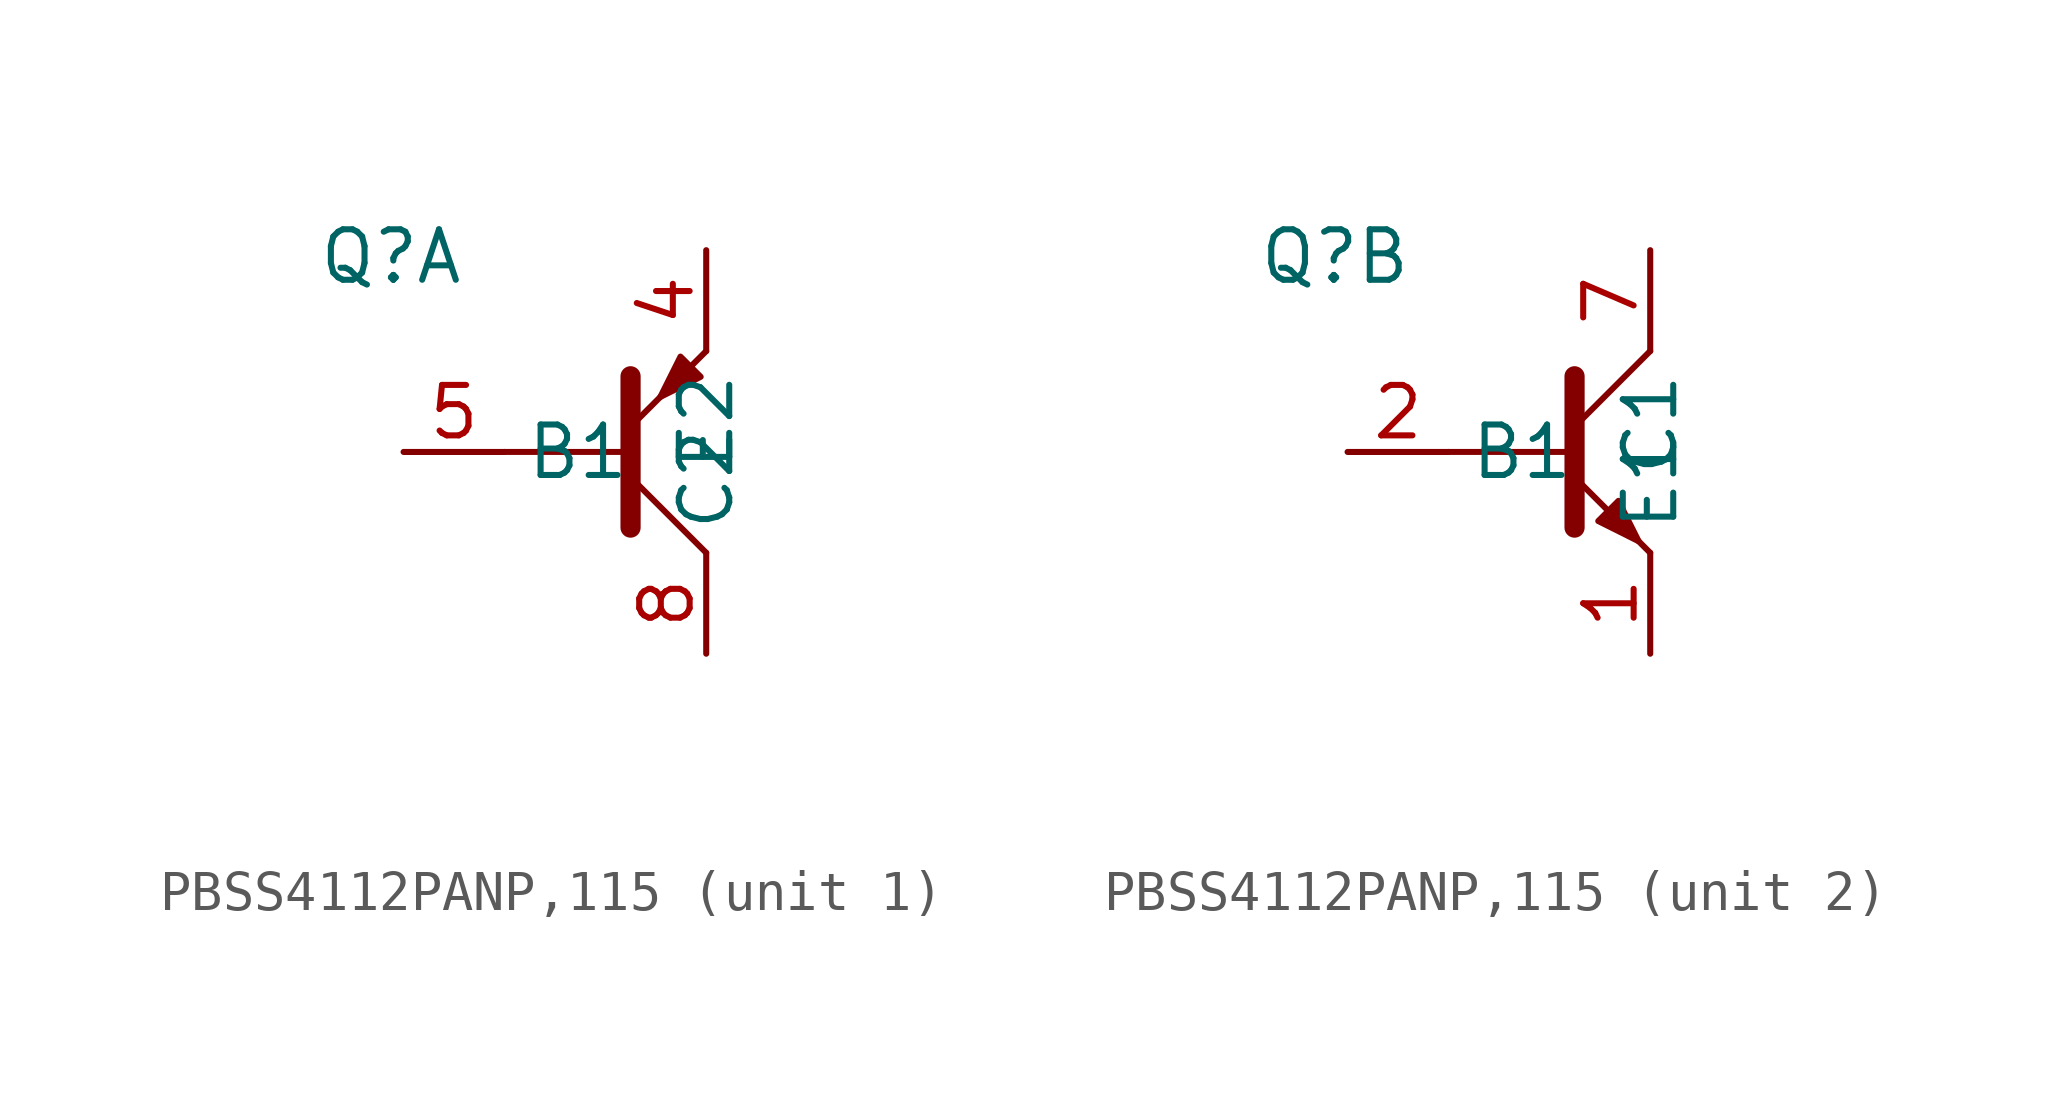
<source format=kicad_sym>
(kicad_symbol_lib
  (version 20220914)
  (generator kicad_symbol_editor)
  (symbol "PBSS4112PANP,115"
    (property "Reference" "Q"
      (at -7.938 4.915 0)
      (effects (font (size 1.27 1.27))))
    (property "Value" ""
      (at -3.759 -8.484 0)
      (effects (font (size 1.27 1.27))))
    (property "ki_locked" ""
      (at 0 0 0)
      (effects (font (size 1.27 1.27))))
    (symbol "PBSS4112PANP,115_0_1"
      (polyline (pts (xy -5.08 0) (xy -1.905 0)) (stroke (width 0.152) (type default)) (fill (type none)))
      (polyline (pts (xy -1.905 0.635) (xy 0 2.54)) (stroke (width 0) (type default)) (fill (type none)))
      (polyline (pts (xy -1.905 -0.635) (xy 0 -2.54) (xy 0 -2.54)) (stroke (width 0) (type default)) (fill (type none)))
      (polyline (pts (xy -1.905 1.905) (xy -1.905 -1.905) (xy -1.905 -1.905)) (stroke (width 0.508) (type default)) (fill (type none))))
    (symbol "PBSS4112PANP,115_1_1"
      (polyline (pts (xy -0.14 1.892) (xy -0.648 2.4) (xy -1.156 1.384) (xy -0.14 1.892) (xy -0.14 1.892)) (stroke (width 0) (type default)) (fill (type outline)))
      (pin open_collector line (at 0 -5.08 90) (length 2.54) hide (name "C2" (effects (font (size 1.27 1.27)))) (number "3" (effects (font (size 1.27 1.27)))))
      (pin open_emitter line (at 0 5.08 270) (length 2.54) (name "E2" (effects (font (size 1.27 1.27)))) (number "4" (effects (font (size 1.27 1.27)))))
      (pin input line (at -7.62 0 0) (length 2.54) (name "B1" (effects (font (size 1.27 1.27)))) (number "5" (effects (font (size 1.27 1.27)))))
      (pin open_collector line (at 0 -5.08 90) (length 2.54) (name "C2" (effects (font (size 1.27 1.27)))) (number "8" (effects (font (size 1.27 1.27))))))
    (symbol "PBSS4112PANP,115_2_1"
      (polyline (pts (xy -1.308 -1.74) (xy -0.8 -1.232) (xy -0.292 -2.248) (xy -1.308 -1.74) (xy -1.308 -1.74)) (stroke (width 0) (type default)) (fill (type outline)))
      (pin open_emitter line (at 0 -5.08 90) (length 2.54) (name "E1" (effects (font (size 1.27 1.27)))) (number "1" (effects (font (size 1.27 1.27)))))
      (pin input line (at -7.62 0 0) (length 2.54) (name "B1" (effects (font (size 1.27 1.27)))) (number "2" (effects (font (size 1.27 1.27)))))
      (pin open_collector line (at 0 5.08 270) (length 2.54) hide (name "C1" (effects (font (size 1.27 1.27)))) (number "6" (effects (font (size 1.27 1.27)))))
      (pin open_collector line (at 0 5.08 270) (length 2.54) (name "C1" (effects (font (size 1.27 1.27)))) (number "7" (effects (font (size 1.27 1.27))))))))
</source>
